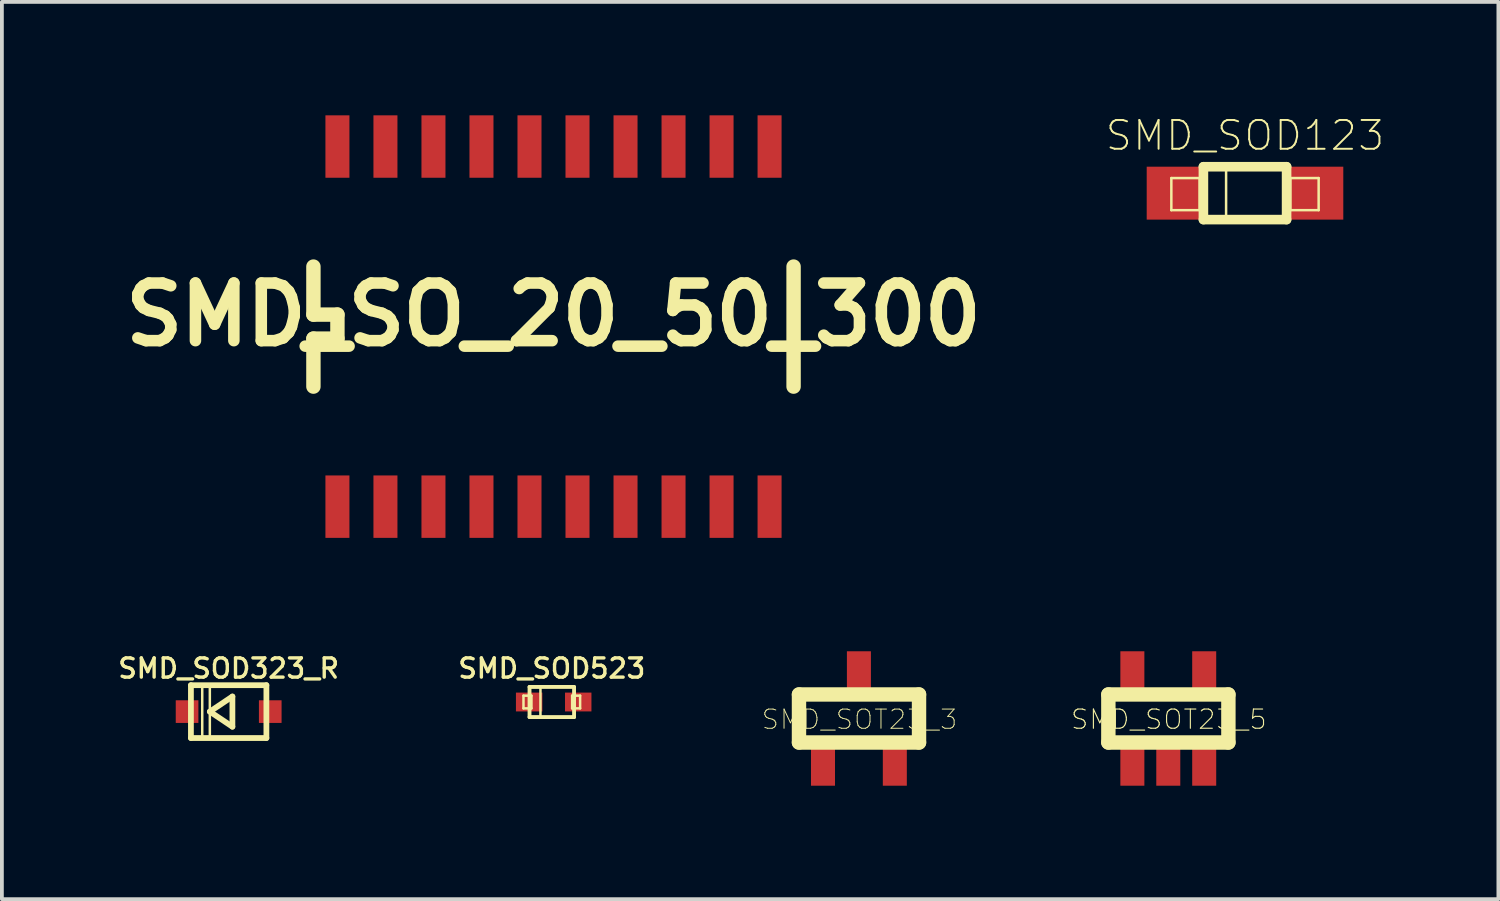
<source format=kicad_pcb>
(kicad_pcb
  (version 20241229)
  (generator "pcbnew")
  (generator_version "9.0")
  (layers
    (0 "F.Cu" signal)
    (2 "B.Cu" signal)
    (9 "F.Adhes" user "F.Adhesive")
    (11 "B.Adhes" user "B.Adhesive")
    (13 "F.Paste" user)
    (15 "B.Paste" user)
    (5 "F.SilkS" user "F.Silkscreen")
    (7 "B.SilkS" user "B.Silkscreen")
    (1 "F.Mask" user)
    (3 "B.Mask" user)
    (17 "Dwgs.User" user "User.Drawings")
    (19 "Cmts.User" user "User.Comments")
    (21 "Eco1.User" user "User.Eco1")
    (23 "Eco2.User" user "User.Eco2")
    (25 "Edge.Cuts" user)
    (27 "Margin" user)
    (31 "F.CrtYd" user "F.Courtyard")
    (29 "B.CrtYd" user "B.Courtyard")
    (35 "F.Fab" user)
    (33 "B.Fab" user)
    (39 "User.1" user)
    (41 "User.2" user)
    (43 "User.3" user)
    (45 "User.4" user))
  (footprint "SMD_SOD123"
    (layer "F.Cu")
    (at 29.88 2.059)
    (property "Reference" "SMD_SOD123" (at 0 -1.524 0) (layer "F.SilkS") (effects (font (size 0.762 0.762) (thickness 0.051))))
    (attr smd)
    (fp_line (start -1.948 -0.399) (end -1.199 -0.399) (stroke (width 0.066) (type solid)) (layer "F.SilkS"))
    (fp_line (start -1.948 0.45) (end -1.948 -0.399) (stroke (width 0.066) (type solid)) (layer "F.SilkS"))
    (fp_line (start -1.948 0.45) (end -1.199 0.45) (stroke (width 0.066) (type solid)) (layer "F.SilkS"))
    (fp_line (start -1.199 0.45) (end -1.199 -0.399) (stroke (width 0.066) (type solid)) (layer "F.SilkS"))
    (fp_line (start -1.1 -0.699) (end 1.1 -0.699) (stroke (width 0.254) (type solid)) (layer "F.SilkS"))
    (fp_line (start -1.1 0.699) (end -1.1 -0.699) (stroke (width 0.254) (type solid)) (layer "F.SilkS"))
    (fp_line (start -1.049 -0.699) (end -0.15 -0.699) (stroke (width 0.066) (type solid)) (layer "F.SilkS"))
    (fp_line (start -1.049 0.648) (end -1.049 -0.699) (stroke (width 0.066) (type solid)) (layer "F.SilkS"))
    (fp_line (start -1.049 0.648) (end -0.15 0.648) (stroke (width 0.066) (type solid)) (layer "F.SilkS"))
    (fp_line (start -0.5 0.699) (end -0.5 -0.648) (stroke (width 0.066) (type solid)) (layer "F.SilkS"))
    (fp_line (start 1.1 -0.699) (end 1.1 0.699) (stroke (width 0.254) (type solid)) (layer "F.SilkS"))
    (fp_line (start 1.1 0.699) (end -1.1 0.699) (stroke (width 0.254) (type solid)) (layer "F.SilkS"))
    (fp_line (start 1.199 -0.399) (end 1.948 -0.399) (stroke (width 0.066) (type solid)) (layer "F.SilkS"))
    (fp_line (start 1.199 0.45) (end 1.199 -0.399) (stroke (width 0.066) (type solid)) (layer "F.SilkS"))
    (fp_line (start 1.199 0.45) (end 1.948 0.45) (stroke (width 0.066) (type solid)) (layer "F.SilkS"))
    (fp_line (start 1.948 0.45) (end 1.948 -0.399) (stroke (width 0.066) (type solid)) (layer "F.SilkS"))
    (pad "1" smd rect (at -1.9 0) (size 1.4 1.4) (layers "F.Cu" "F.Mask" "F.Paste"))
    (pad "2" smd rect (at 1.9 0) (size 1.4 1.4) (layers "F.Cu" "F.Mask" "F.Paste")))
  (footprint "SMD_SOD523"
    (layer "F.Cu")
    (at 11.545 15.518)
    (property "Reference" "SMD_SOD523" (at 0 -0.889 0) (layer "F.SilkS") (effects (font (size 0.508 0.508) (thickness 0.089))))
    (attr smd)
    (fp_line (start -0.749 -0.168) (end -0.538 -0.168) (stroke (width 0.066) (type solid)) (layer "F.SilkS"))
    (fp_line (start -0.749 0.168) (end -0.749 -0.168) (stroke (width 0.066) (type solid)) (layer "F.SilkS"))
    (fp_line (start -0.749 0.168) (end -0.538 0.168) (stroke (width 0.066) (type solid)) (layer "F.SilkS"))
    (fp_line (start -0.589 -0.399) (end -0.3 -0.399) (stroke (width 0.066) (type solid)) (layer "F.SilkS"))
    (fp_line (start -0.589 -0.399) (end 0.589 -0.399) (stroke (width 0.102) (type solid)) (layer "F.SilkS"))
    (fp_line (start -0.589 0.399) (end -0.589 -0.399) (stroke (width 0.066) (type solid)) (layer "F.SilkS"))
    (fp_line (start -0.589 0.399) (end -0.589 -0.399) (stroke (width 0.102) (type solid)) (layer "F.SilkS"))
    (fp_line (start -0.589 0.399) (end -0.3 0.399) (stroke (width 0.066) (type solid)) (layer "F.SilkS"))
    (fp_line (start -0.538 0.168) (end -0.538 -0.168) (stroke (width 0.066) (type solid)) (layer "F.SilkS"))
    (fp_line (start -0.3 0.399) (end -0.3 -0.399) (stroke (width 0.066) (type solid)) (layer "F.SilkS"))
    (fp_line (start 0.538 -0.168) (end 0.749 -0.168) (stroke (width 0.066) (type solid)) (layer "F.SilkS"))
    (fp_line (start 0.538 0.168) (end 0.538 -0.168) (stroke (width 0.066) (type solid)) (layer "F.SilkS"))
    (fp_line (start 0.538 0.168) (end 0.749 0.168) (stroke (width 0.066) (type solid)) (layer "F.SilkS"))
    (fp_line (start 0.589 -0.399) (end 0.589 0.399) (stroke (width 0.102) (type solid)) (layer "F.SilkS"))
    (fp_line (start 0.589 0.399) (end -0.589 0.399) (stroke (width 0.102) (type solid)) (layer "F.SilkS"))
    (fp_line (start 0.749 0.168) (end 0.749 -0.168) (stroke (width 0.066) (type solid)) (layer "F.SilkS"))
    (pad "1" smd rect (at -0.599 0) (size 0.699 0.498) (layers "F.Cu" "F.Mask" "F.Paste"))
    (pad "2" smd rect (at 0.699 0) (size 0.699 0.498) (layers "F.Cu" "F.Mask" "F.Paste")))
  (footprint "SMD_SOT23_3"
    (layer "F.Cu")
    (at 18.718 17.224)
    (property "Reference" "SMD_SOT23_3" (at 0.965 -1.245 0) (layer "F.SilkS") (effects (font (size 0.508 0.508) (thickness 0.025))))
    (attr through_hole)
    (fp_line (start -0.635 -1.905) (end -0.635 -0.635) (stroke (width 0.381) (type solid)) (layer "F.SilkS"))
    (fp_line (start -0.635 -0.635) (end 2.54 -0.635) (stroke (width 0.381) (type solid)) (layer "F.SilkS"))
    (fp_line (start 2.54 -1.905) (end -0.635 -1.905) (stroke (width 0.381) (type solid)) (layer "F.SilkS"))
    (fp_line (start 2.54 -0.635) (end 2.54 -1.905) (stroke (width 0.381) (type solid)) (layer "F.SilkS"))
    (pad "1" smd rect (at 0 0) (size 0.635 1.016) (layers "F.Cu" "F.Mask" "F.Paste"))
    (pad "2" smd rect (at 0.95 -2.54) (size 0.635 1.016) (layers "F.Cu" "F.Mask" "F.Paste"))
    (pad "3" smd rect (at 1.9 0) (size 0.635 1.016) (layers "F.Cu" "F.Mask" "F.Paste")))
  (footprint "SMD_SOT23_5"
    (layer "F.Cu")
    (at 26.901 17.224)
    (property "Reference" "SMD_SOT23_5" (at 0.965 -1.245 0) (layer "F.SilkS") (effects (font (size 0.508 0.508) (thickness 0.03))))
    (attr through_hole)
    (fp_line (start -0.635 -1.905) (end -0.635 -0.635) (stroke (width 0.381) (type solid)) (layer "F.SilkS"))
    (fp_line (start -0.635 -0.635) (end 2.54 -0.635) (stroke (width 0.381) (type solid)) (layer "F.SilkS"))
    (fp_line (start 2.54 -1.905) (end -0.635 -1.905) (stroke (width 0.381) (type solid)) (layer "F.SilkS"))
    (fp_line (start 2.54 -0.635) (end 2.54 -1.905) (stroke (width 0.381) (type solid)) (layer "F.SilkS"))
    (pad "1" smd rect (at 0 0) (size 0.635 1.016) (layers "F.Cu" "F.Mask" "F.Paste"))
    (pad "2" smd rect (at 0.95 0) (size 0.635 1.016) (layers "F.Cu" "F.Mask" "F.Paste"))
    (pad "3" smd rect (at 1.9 0) (size 0.635 1.016) (layers "F.Cu" "F.Mask" "F.Paste"))
    (pad "4" smd rect (at 1.9 -2.54) (size 0.635 1.016) (layers "F.Cu" "F.Mask" "F.Paste"))
    (pad "5" smd rect (at 0 -2.54) (size 0.635 1.016) (layers "F.Cu" "F.Mask" "F.Paste")))
  (footprint "SMD_SO_20_50_300"
    (layer "F.Cu")
    (at 5.875 10.351)
    (property "Reference" "SMD_SO_20_50_300" (at 5.715 -5.08 180) (layer "F.SilkS") (effects (font (size 1.524 1.524) (thickness 0.305))))
    (attr through_hole)
    (fp_line (start -0.635 -6.35) (end -0.635 -5.08) (stroke (width 0.381) (type solid)) (layer "F.SilkS"))
    (fp_line (start -0.635 -5.08) (end 0 -5.08) (stroke (width 0.381) (type solid)) (layer "F.SilkS"))
    (fp_line (start -0.635 -4.445) (end -0.635 -3.175) (stroke (width 0.381) (type solid)) (layer "F.SilkS"))
    (fp_line (start 0 -5.08) (end 0 -4.445) (stroke (width 0.381) (type solid)) (layer "F.SilkS"))
    (fp_line (start 0 -4.445) (end -0.635 -4.445) (stroke (width 0.381) (type solid)) (layer "F.SilkS"))
    (fp_line (start 12.065 -6.35) (end 12.065 -3.175) (stroke (width 0.381) (type solid)) (layer "F.SilkS"))
    (pad "1" smd rect (at 0 0) (size 0.635 1.651) (layers "F.Cu" "F.Mask" "F.Paste"))
    (pad "2" smd rect (at 1.27 0) (size 0.635 1.651) (layers "F.Cu" "F.Mask" "F.Paste"))
    (pad "3" smd rect (at 2.54 0) (size 0.635 1.651) (layers "F.Cu" "F.Mask" "F.Paste"))
    (pad "4" smd rect (at 3.81 0) (size 0.635 1.651) (layers "F.Cu" "F.Mask" "F.Paste"))
    (pad "5" smd rect (at 5.08 0) (size 0.635 1.651) (layers "F.Cu" "F.Mask" "F.Paste"))
    (pad "6" smd rect (at 6.35 0) (size 0.635 1.651) (layers "F.Cu" "F.Mask" "F.Paste"))
    (pad "7" smd rect (at 7.62 0) (size 0.635 1.651) (layers "F.Cu" "F.Mask" "F.Paste"))
    (pad "8" smd rect (at 8.89 0) (size 0.635 1.651) (layers "F.Cu" "F.Mask" "F.Paste"))
    (pad "9" smd rect (at 10.16 0) (size 0.635 1.651) (layers "F.Cu" "F.Mask" "F.Paste"))
    (pad "10" smd rect (at 11.43 0) (size 0.635 1.651) (layers "F.Cu" "F.Mask" "F.Paste"))
    (pad "11" smd rect (at 11.43 -9.525) (size 0.635 1.651) (layers "F.Cu" "F.Mask" "F.Paste"))
    (pad "12" smd rect (at 10.16 -9.525) (size 0.635 1.651) (layers "F.Cu" "F.Mask" "F.Paste"))
    (pad "13" smd rect (at 8.89 -9.525) (size 0.635 1.651) (layers "F.Cu" "F.Mask" "F.Paste"))
    (pad "14" smd rect (at 7.62 -9.525) (size 0.635 1.651) (layers "F.Cu" "F.Mask" "F.Paste"))
    (pad "15" smd rect (at 6.35 -9.525) (size 0.635 1.651) (layers "F.Cu" "F.Mask" "F.Paste"))
    (pad "16" smd rect (at 5.08 -9.525) (size 0.635 1.651) (layers "F.Cu" "F.Mask" "F.Paste"))
    (pad "17" smd rect (at 3.81 -9.525) (size 0.635 1.651) (layers "F.Cu" "F.Mask" "F.Paste"))
    (pad "18" smd rect (at 2.54 -9.525) (size 0.635 1.651) (layers "F.Cu" "F.Mask" "F.Paste"))
    (pad "19" smd rect (at 1.27 -9.525) (size 0.635 1.651) (layers "F.Cu" "F.Mask" "F.Paste"))
    (pad "20" smd rect (at 0 -9.525) (size 0.635 1.651) (layers "F.Cu" "F.Mask" "F.Paste")))
  (footprint "SMD_SOD323_R"
    (layer "F.Cu")
    (at 2.998 15.772)
    (property "Reference" "SMD_SOD323_R" (at 0 -1.143 0) (layer "F.SilkS") (effects (font (size 0.508 0.508) (thickness 0.089))))
    (attr smd)
    (fp_line (start -0.998 -0.699) (end 0.998 -0.699) (stroke (width 0.152) (type solid)) (layer "F.SilkS"))
    (fp_line (start -0.998 0.699) (end -0.998 -0.699) (stroke (width 0.152) (type solid)) (layer "F.SilkS"))
    (fp_line (start -0.699 -0.699) (end -0.498 -0.699) (stroke (width 0.066) (type solid)) (layer "F.SilkS"))
    (fp_line (start -0.699 0.699) (end -0.699 -0.699) (stroke (width 0.066) (type solid)) (layer "F.SilkS"))
    (fp_line (start -0.699 0.699) (end -0.498 0.699) (stroke (width 0.066) (type solid)) (layer "F.SilkS"))
    (fp_line (start -0.498 0) (end 0.099 -0.399) (stroke (width 0.152) (type solid)) (layer "F.SilkS"))
    (fp_line (start -0.498 0.699) (end -0.498 -0.699) (stroke (width 0.066) (type solid)) (layer "F.SilkS"))
    (fp_line (start 0.099 -0.399) (end 0.099 0.399) (stroke (width 0.152) (type solid)) (layer "F.SilkS"))
    (fp_line (start 0.099 0.399) (end -0.498 0) (stroke (width 0.152) (type solid)) (layer "F.SilkS"))
    (fp_line (start 0.998 -0.699) (end 0.998 0.699) (stroke (width 0.152) (type solid)) (layer "F.SilkS"))
    (fp_line (start 0.998 0.699) (end -0.998 0.699) (stroke (width 0.152) (type solid)) (layer "F.SilkS"))
    (pad "1" smd rect (at -1.1 0) (size 0.599 0.599) (layers "F.Cu" "F.Mask" "F.Paste"))
    (pad "2" smd rect (at 1.1 0) (size 0.599 0.599) (layers "F.Cu" "F.Mask" "F.Paste")))
  (gr_rect
    (start -3 -3)
    (end 36.582 20.732)
    (stroke (width 0.1) (type default))
    (fill no)
    (layer "Edge.Cuts")))
</source>
